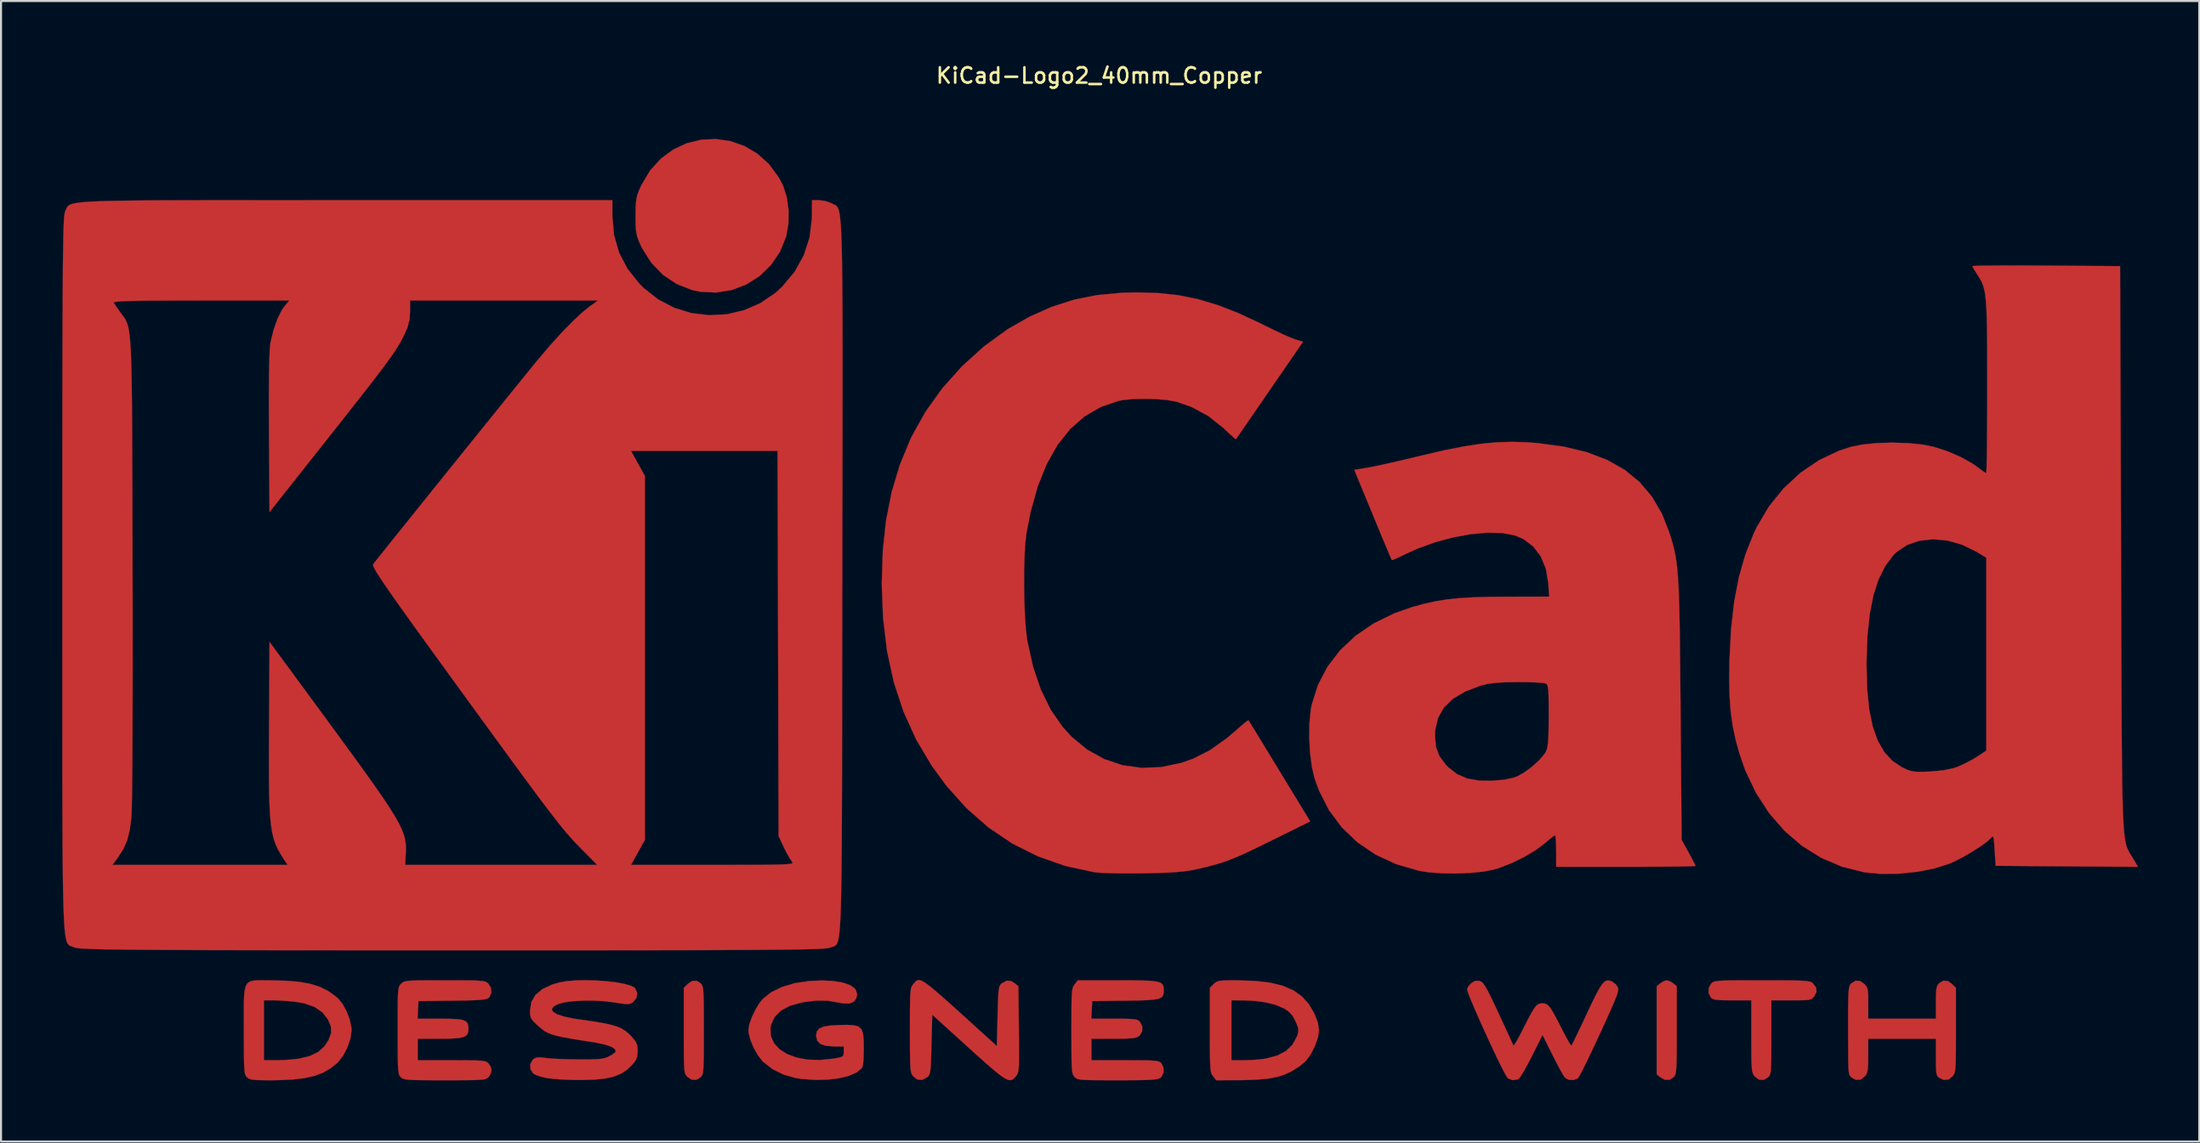
<source format=kicad_pcb>
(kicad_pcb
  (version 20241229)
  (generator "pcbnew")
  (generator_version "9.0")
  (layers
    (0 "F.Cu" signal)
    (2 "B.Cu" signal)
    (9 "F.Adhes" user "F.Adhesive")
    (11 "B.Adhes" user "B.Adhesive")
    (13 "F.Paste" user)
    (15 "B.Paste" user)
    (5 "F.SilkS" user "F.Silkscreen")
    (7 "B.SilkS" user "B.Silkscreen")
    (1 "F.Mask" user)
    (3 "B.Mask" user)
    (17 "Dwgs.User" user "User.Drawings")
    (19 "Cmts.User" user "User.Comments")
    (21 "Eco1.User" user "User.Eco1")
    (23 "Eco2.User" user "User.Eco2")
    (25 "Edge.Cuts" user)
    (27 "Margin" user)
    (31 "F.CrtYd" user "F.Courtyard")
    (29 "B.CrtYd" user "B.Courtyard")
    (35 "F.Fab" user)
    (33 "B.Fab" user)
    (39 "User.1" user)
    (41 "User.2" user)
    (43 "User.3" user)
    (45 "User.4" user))
  (footprint "KiCad-Logo2_40mm_Copper"
    (layer "F.Cu")
    (at 50.806 23.518)
    (property "Reference" "KiCad-Logo2_40mm_Copper" (at 0 -22.86 0) (layer "F.SilkS") (effects (font (size 0.75 0.75) (thickness 0.125))))
    (attr exclude_from_pos_files exclude_from_bom allow_missing_courtyard)
    (fp_poly (pts (xy 27.966 21.545) (xy 28.124 21.644) (xy 28.302 21.788) (xy 28.302 23.935) (xy 28.301 24.563) (xy 28.299 25.057) (xy 28.293 25.436) (xy 28.284 25.717) (xy 28.269 25.917) (xy 28.249 26.054) (xy 28.221 26.146) (xy 28.184 26.209) (xy 28.158 26.24) (xy 27.948 26.377) (xy 27.709 26.371) (xy 27.5 26.255) (xy 27.322 26.11) (xy 27.322 21.788) (xy 27.5 21.644) (xy 27.672 21.539) (xy 27.812 21.5) (xy 27.966 21.545)) (stroke (width 0.01) (type solid)) (fill yes) (layer "F.Cu"))
    (fp_poly (pts (xy -19.521 21.65) (xy -19.477 21.701) (xy -19.443 21.766) (xy -19.417 21.863) (xy -19.398 22.01) (xy -19.385 22.225) (xy -19.377 22.523) (xy -19.372 22.924) (xy -19.371 23.444) (xy -19.37 23.949) (xy -19.371 24.576) (xy -19.373 25.069) (xy -19.378 25.447) (xy -19.387 25.726) (xy -19.401 25.924) (xy -19.421 26.059) (xy -19.449 26.148) (xy -19.486 26.209) (xy -19.521 26.248) (xy -19.741 26.379) (xy -19.976 26.368) (xy -20.186 26.224) (xy -20.235 26.168) (xy -20.272 26.103) (xy -20.301 26.012) (xy -20.321 25.875) (xy -20.335 25.675) (xy -20.344 25.395) (xy -20.348 25.016) (xy -20.35 24.521) (xy -20.35 23.96) (xy -20.35 21.87) (xy -20.165 21.685) (xy -19.937 21.529) (xy -19.716 21.523) (xy -19.521 21.65)) (stroke (width 0.01) (type solid)) (fill yes) (layer "F.Cu"))
    (fp_poly (pts (xy -18.076 -19.651) (xy -17.392 -19.413) (xy -16.756 -19.04) (xy -16.187 -18.531) (xy -15.708 -17.886) (xy -15.493 -17.48) (xy -15.306 -16.911) (xy -15.216 -16.254) (xy -15.226 -15.579) (xy -15.337 -14.968) (xy -15.641 -14.22) (xy -16.081 -13.572) (xy -16.635 -13.035) (xy -17.282 -12.624) (xy -17.998 -12.349) (xy -18.761 -12.225) (xy -19.549 -12.263) (xy -19.938 -12.345) (xy -20.695 -12.64) (xy -21.367 -13.089) (xy -21.938 -13.679) (xy -22.393 -14.397) (xy -22.431 -14.475) (xy -22.564 -14.769) (xy -22.647 -15.017) (xy -22.693 -15.278) (xy -22.711 -15.613) (xy -22.714 -15.977) (xy -22.709 -16.415) (xy -22.686 -16.732) (xy -22.634 -16.987) (xy -22.541 -17.243) (xy -22.426 -17.496) (xy -21.998 -18.213) (xy -21.47 -18.793) (xy -20.864 -19.237) (xy -20.201 -19.545) (xy -19.501 -19.716) (xy -18.786 -19.751) (xy -18.076 -19.651)) (stroke (width 0.01) (type solid)) (fill yes) (layer "F.Cu"))
    (fp_poly (pts (xy 33.136 21.5) (xy 33.662 21.503) (xy 34.07 21.508) (xy 34.376 21.517) (xy 34.599 21.53) (xy 34.753 21.549) (xy 34.856 21.574) (xy 34.924 21.607) (xy 34.957 21.631) (xy 35.128 21.849) (xy 35.149 22.074) (xy 35.043 22.279) (xy 34.974 22.361) (xy 34.9 22.417) (xy 34.792 22.452) (xy 34.622 22.47) (xy 34.363 22.478) (xy 33.986 22.479) (xy 33.911 22.479) (xy 32.937 22.479) (xy 32.937 24.288) (xy 32.936 24.858) (xy 32.934 25.297) (xy 32.927 25.624) (xy 32.915 25.857) (xy 32.896 26.017) (xy 32.869 26.123) (xy 32.833 26.194) (xy 32.786 26.248) (xy 32.566 26.38) (xy 32.337 26.37) (xy 32.129 26.219) (xy 32.113 26.2) (xy 32.064 26.129) (xy 32.026 26.046) (xy 31.998 25.931) (xy 31.979 25.764) (xy 31.967 25.524) (xy 31.96 25.192) (xy 31.958 24.747) (xy 31.957 24.24) (xy 31.957 22.479) (xy 31.027 22.479) (xy 30.628 22.477) (xy 30.351 22.466) (xy 30.17 22.444) (xy 30.056 22.407) (xy 29.981 22.351) (xy 29.972 22.342) (xy 29.862 22.12) (xy 29.872 21.869) (xy 29.998 21.65) (xy 30.046 21.608) (xy 30.109 21.574) (xy 30.202 21.548) (xy 30.343 21.529) (xy 30.548 21.516) (xy 30.834 21.507) (xy 31.217 21.502) (xy 31.714 21.5) (xy 32.343 21.5) (xy 32.477 21.5) (xy 33.136 21.5)) (stroke (width 0.01) (type solid)) (fill yes) (layer "F.Cu"))
    (fp_poly (pts (xy 41.587 21.536) (xy 41.797 21.685) (xy 41.982 21.87) (xy 41.982 23.936) (xy 41.981 24.549) (xy 41.979 25.03) (xy 41.973 25.397) (xy 41.964 25.668) (xy 41.948 25.861) (xy 41.926 25.995) (xy 41.896 26.088) (xy 41.856 26.158) (xy 41.825 26.2) (xy 41.62 26.364) (xy 41.385 26.382) (xy 41.169 26.281) (xy 41.098 26.222) (xy 41.051 26.143) (xy 41.022 26.016) (xy 41.007 25.812) (xy 41.002 25.503) (xy 41.002 25.264) (xy 41.002 24.364) (xy 37.685 24.364) (xy 37.685 25.183) (xy 37.682 25.557) (xy 37.668 25.814) (xy 37.639 25.988) (xy 37.589 26.112) (xy 37.529 26.2) (xy 37.323 26.364) (xy 37.09 26.383) (xy 36.866 26.267) (xy 36.805 26.206) (xy 36.762 26.125) (xy 36.734 25.999) (xy 36.717 25.803) (xy 36.708 25.511) (xy 36.704 25.099) (xy 36.704 25.004) (xy 36.7 24.227) (xy 36.699 23.587) (xy 36.699 23.069) (xy 36.703 22.66) (xy 36.709 22.345) (xy 36.72 22.11) (xy 36.736 21.942) (xy 36.758 21.825) (xy 36.785 21.746) (xy 36.819 21.692) (xy 36.856 21.65) (xy 37.069 21.518) (xy 37.291 21.536) (xy 37.5 21.685) (xy 37.585 21.78) (xy 37.639 21.886) (xy 37.669 22.037) (xy 37.683 22.267) (xy 37.685 22.613) (xy 37.685 22.627) (xy 37.685 23.384) (xy 41.002 23.384) (xy 41.002 22.592) (xy 41.005 22.228) (xy 41.019 21.982) (xy 41.048 21.822) (xy 41.097 21.716) (xy 41.153 21.65) (xy 41.365 21.518) (xy 41.587 21.536)) (stroke (width 0.01) (type solid)) (fill yes) (layer "F.Cu"))
    (fp_poly (pts (xy 6.799 21.501) (xy 7.66 21.53) (xy 8.392 21.618) (xy 9.008 21.771) (xy 9.519 21.994) (xy 9.938 22.291) (xy 10.277 22.669) (xy 10.547 23.133) (xy 10.552 23.144) (xy 10.713 23.559) (xy 10.771 23.926) (xy 10.724 24.296) (xy 10.573 24.718) (xy 10.545 24.782) (xy 10.35 25.158) (xy 10.131 25.448) (xy 9.848 25.695) (xy 9.462 25.94) (xy 9.44 25.953) (xy 9.104 26.114) (xy 8.724 26.235) (xy 8.276 26.319) (xy 7.735 26.37) (xy 7.078 26.393) (xy 6.845 26.395) (xy 5.739 26.399) (xy 5.583 26.2) (xy 5.537 26.135) (xy 5.5 26.059) (xy 5.473 25.953) (xy 5.454 25.8) (xy 5.441 25.581) (xy 5.436 25.419) (xy 6.482 25.419) (xy 7.109 25.419) (xy 7.476 25.408) (xy 7.852 25.38) (xy 8.161 25.34) (xy 8.18 25.337) (xy 8.729 25.189) (xy 9.154 24.968) (xy 9.47 24.663) (xy 9.69 24.263) (xy 9.728 24.157) (xy 9.766 23.992) (xy 9.75 23.829) (xy 9.671 23.612) (xy 9.623 23.505) (xy 9.467 23.222) (xy 9.28 23.023) (xy 9.073 22.885) (xy 8.659 22.704) (xy 8.13 22.574) (xy 7.513 22.499) (xy 7.066 22.482) (xy 6.482 22.479) (xy 6.482 25.419) (xy 5.436 25.419) (xy 5.433 25.278) (xy 5.428 24.873) (xy 5.427 24.347) (xy 5.427 23.936) (xy 5.427 21.87) (xy 5.612 21.685) (xy 5.694 21.61) (xy 5.783 21.558) (xy 5.907 21.526) (xy 6.094 21.509) (xy 6.374 21.502) (xy 6.775 21.501) (xy 6.799 21.501)) (stroke (width 0.01) (type solid)) (fill yes) (layer "F.Cu"))
    (fp_poly (pts (xy -40.87 21.5) (xy -40.606 21.502) (xy -39.834 21.521) (xy -39.187 21.576) (xy -38.643 21.674) (xy -38.181 21.821) (xy -37.779 22.022) (xy -37.413 22.284) (xy -37.283 22.397) (xy -37.067 22.663) (xy -36.871 23.024) (xy -36.721 23.424) (xy -36.639 23.807) (xy -36.63 23.949) (xy -36.684 24.342) (xy -36.827 24.771) (xy -37.035 25.177) (xy -37.281 25.501) (xy -37.321 25.54) (xy -37.66 25.814) (xy -38.031 26.029) (xy -38.455 26.188) (xy -38.954 26.299) (xy -39.55 26.367) (xy -40.264 26.396) (xy -40.59 26.399) (xy -41.006 26.397) (xy -41.298 26.388) (xy -41.494 26.37) (xy -41.622 26.338) (xy -41.709 26.29) (xy -41.755 26.248) (xy -41.799 26.197) (xy -41.834 26.132) (xy -41.86 26.035) (xy -41.879 25.888) (xy -41.892 25.674) (xy -41.9 25.375) (xy -41.904 24.974) (xy -41.906 24.454) (xy -41.906 23.949) (xy -41.908 23.275) (xy -41.908 22.737) (xy -41.901 22.479) (xy -40.926 22.479) (xy -40.926 25.419) (xy -40.305 25.418) (xy -39.93 25.408) (xy -39.539 25.38) (xy -39.212 25.341) (xy -39.202 25.34) (xy -38.673 25.212) (xy -38.263 25.013) (xy -37.952 24.73) (xy -37.753 24.423) (xy -37.631 24.083) (xy -37.641 23.764) (xy -37.783 23.422) (xy -38.06 23.067) (xy -38.444 22.805) (xy -38.943 22.63) (xy -39.276 22.568) (xy -39.655 22.524) (xy -40.056 22.492) (xy -40.397 22.479) (xy -40.418 22.479) (xy -40.926 22.479) (xy -41.901 22.479) (xy -41.897 22.319) (xy -41.869 22.007) (xy -41.814 21.785) (xy -41.726 21.638) (xy -41.595 21.551) (xy -41.414 21.509) (xy -41.175 21.497) (xy -40.87 21.5)) (stroke (width 0.01) (type solid)) (fill yes) (layer "F.Cu"))
    (fp_poly (pts (xy -8.68 21.529) (xy -8.523 21.621) (xy -8.317 21.772) (xy -8.052 21.989) (xy -7.718 22.278) (xy -7.303 22.648) (xy -6.797 23.104) (xy -6.218 23.629) (xy -5.012 24.723) (xy -4.974 23.255) (xy -4.961 22.75) (xy -4.948 22.374) (xy -4.932 22.105) (xy -4.911 21.921) (xy -4.882 21.802) (xy -4.842 21.724) (xy -4.788 21.667) (xy -4.759 21.643) (xy -4.528 21.517) (xy -4.309 21.535) (xy -4.135 21.644) (xy -3.957 21.788) (xy -3.935 23.89) (xy -3.929 24.509) (xy -3.926 24.995) (xy -3.927 25.366) (xy -3.933 25.641) (xy -3.945 25.838) (xy -3.965 25.974) (xy -3.993 26.069) (xy -4.031 26.139) (xy -4.072 26.196) (xy -4.162 26.301) (xy -4.252 26.371) (xy -4.354 26.397) (xy -4.48 26.374) (xy -4.643 26.292) (xy -4.856 26.145) (xy -5.13 25.925) (xy -5.478 25.625) (xy -5.914 25.237) (xy -6.407 24.791) (xy -8.178 23.185) (xy -8.215 24.648) (xy -8.229 25.152) (xy -8.242 25.527) (xy -8.258 25.796) (xy -8.279 25.978) (xy -8.308 26.097) (xy -8.349 26.175) (xy -8.403 26.232) (xy -8.431 26.255) (xy -8.678 26.382) (xy -8.911 26.363) (xy -9.114 26.2) (xy -9.161 26.135) (xy -9.197 26.058) (xy -9.224 25.952) (xy -9.244 25.799) (xy -9.257 25.579) (xy -9.265 25.275) (xy -9.269 24.868) (xy -9.27 24.34) (xy -9.271 23.949) (xy -9.27 23.338) (xy -9.268 22.859) (xy -9.262 22.494) (xy -9.253 22.225) (xy -9.237 22.033) (xy -9.215 21.9) (xy -9.184 21.808) (xy -9.144 21.738) (xy -9.114 21.698) (xy -9.039 21.604) (xy -8.969 21.533) (xy -8.892 21.492) (xy -8.8 21.488) (xy -8.68 21.529)) (stroke (width 0.01) (type solid)) (fill yes) (layer "F.Cu"))
    (fp_poly (pts (xy -13.02 21.536) (xy -12.562 21.613) (xy -12.211 21.733) (xy -11.982 21.89) (xy -11.92 21.979) (xy -11.857 22.188) (xy -11.899 22.376) (xy -12.034 22.555) (xy -12.243 22.639) (xy -12.546 22.632) (xy -12.781 22.587) (xy -13.302 22.5) (xy -13.835 22.492) (xy -14.432 22.562) (xy -14.596 22.592) (xy -15.151 22.748) (xy -15.585 22.981) (xy -15.893 23.286) (xy -16.071 23.659) (xy -16.108 23.852) (xy -16.084 24.243) (xy -15.928 24.59) (xy -15.655 24.884) (xy -15.279 25.12) (xy -14.814 25.29) (xy -14.273 25.389) (xy -13.673 25.408) (xy -13.025 25.342) (xy -12.989 25.336) (xy -12.731 25.288) (xy -12.589 25.241) (xy -12.527 25.173) (xy -12.512 25.058) (xy -12.512 24.997) (xy -12.512 24.741) (xy -12.969 24.741) (xy -13.372 24.713) (xy -13.648 24.625) (xy -13.808 24.468) (xy -13.866 24.236) (xy -13.867 24.206) (xy -13.833 24.007) (xy -13.717 23.865) (xy -13.5 23.772) (xy -13.164 23.717) (xy -12.84 23.697) (xy -12.368 23.685) (xy -12.026 23.703) (xy -11.792 23.768) (xy -11.647 23.898) (xy -11.569 24.113) (xy -11.537 24.429) (xy -11.532 24.845) (xy -11.541 25.308) (xy -11.569 25.624) (xy -11.617 25.792) (xy -11.626 25.805) (xy -11.886 26.016) (xy -12.267 26.183) (xy -12.745 26.302) (xy -13.295 26.37) (xy -13.895 26.384) (xy -14.519 26.34) (xy -14.886 26.286) (xy -15.461 26.123) (xy -15.996 25.857) (xy -16.444 25.511) (xy -16.512 25.442) (xy -16.733 25.151) (xy -16.933 24.791) (xy -17.088 24.414) (xy -17.174 24.071) (xy -17.185 23.94) (xy -17.14 23.665) (xy -17.022 23.323) (xy -16.854 22.964) (xy -16.657 22.635) (xy -16.483 22.416) (xy -16.076 22.09) (xy -15.549 21.83) (xy -14.923 21.643) (xy -14.215 21.534) (xy -13.567 21.507) (xy -13.02 21.536)) (stroke (width 0.01) (type solid)) (fill yes) (layer "F.Cu"))
    (fp_poly (pts (xy 1.538 21.501) (xy 2.048 21.507) (xy 2.438 21.521) (xy 2.726 21.547) (xy 2.926 21.588) (xy 3.054 21.647) (xy 3.126 21.727) (xy 3.158 21.833) (xy 3.166 21.966) (xy 3.166 21.982) (xy 3.159 22.133) (xy 3.127 22.25) (xy 3.053 22.338) (xy 2.92 22.4) (xy 2.71 22.442) (xy 2.405 22.469) (xy 1.989 22.485) (xy 1.444 22.494) (xy 1.277 22.497) (xy -0.339 22.517) (xy -0.362 22.95) (xy -0.384 23.384) (xy 0.738 23.384) (xy 1.177 23.385) (xy 1.49 23.392) (xy 1.703 23.407) (xy 1.841 23.434) (xy 1.93 23.474) (xy 1.995 23.532) (xy 1.995 23.532) (xy 2.112 23.757) (xy 2.108 23.999) (xy 1.985 24.206) (xy 1.961 24.227) (xy 1.874 24.282) (xy 1.756 24.32) (xy 1.579 24.344) (xy 1.318 24.358) (xy 0.946 24.363) (xy 0.708 24.364) (xy -0.377 24.364) (xy -0.377 25.419) (xy 1.27 25.419) (xy 1.813 25.42) (xy 2.226 25.424) (xy 2.528 25.432) (xy 2.739 25.446) (xy 2.879 25.468) (xy 2.968 25.5) (xy 3.026 25.541) (xy 3.041 25.557) (xy 3.149 25.767) (xy 3.157 26.007) (xy 3.068 26.215) (xy 2.998 26.281) (xy 2.925 26.318) (xy 2.812 26.346) (xy 2.641 26.368) (xy 2.395 26.382) (xy 2.055 26.392) (xy 1.603 26.397) (xy 1.022 26.399) (xy 0.891 26.399) (xy 0.3 26.398) (xy -0.159 26.396) (xy -0.504 26.391) (xy -0.753 26.381) (xy -0.927 26.365) (xy -1.042 26.341) (xy -1.118 26.308) (xy -1.173 26.265) (xy -1.203 26.234) (xy -1.248 26.179) (xy -1.284 26.11) (xy -1.311 26.011) (xy -1.33 25.863) (xy -1.343 25.648) (xy -1.351 25.348) (xy -1.355 24.946) (xy -1.356 24.423) (xy -1.357 23.983) (xy -1.356 23.366) (xy -1.354 22.882) (xy -1.349 22.512) (xy -1.339 22.239) (xy -1.324 22.043) (xy -1.302 21.907) (xy -1.273 21.813) (xy -1.234 21.743) (xy -1.2 21.698) (xy -1.044 21.5) (xy 0.893 21.5) (xy 1.538 21.501)) (stroke (width 0.01) (type solid)) (fill yes) (layer "F.Cu"))
    (fp_poly (pts (xy -31.465 21.5) (xy -31.002 21.503) (xy -30.652 21.508) (xy -30.397 21.519) (xy -30.219 21.535) (xy -30.099 21.559) (xy -30.018 21.591) (xy -29.958 21.634) (xy -29.936 21.653) (xy -29.804 21.861) (xy -29.781 22.099) (xy -29.868 22.31) (xy -29.908 22.353) (xy -29.973 22.395) (xy -30.077 22.427) (xy -30.241 22.451) (xy -30.483 22.468) (xy -30.823 22.481) (xy -31.28 22.491) (xy -31.698 22.497) (xy -33.352 22.517) (xy -33.374 22.95) (xy -33.397 23.384) (xy -32.274 23.384) (xy -31.787 23.388) (xy -31.43 23.406) (xy -31.184 23.444) (xy -31.028 23.511) (xy -30.942 23.613) (xy -30.907 23.759) (xy -30.902 23.894) (xy -30.919 24.06) (xy -30.981 24.182) (xy -31.109 24.267) (xy -31.321 24.322) (xy -31.636 24.351) (xy -32.074 24.363) (xy -32.313 24.364) (xy -33.389 24.364) (xy -33.389 25.419) (xy -31.731 25.419) (xy -31.188 25.42) (xy -30.775 25.423) (xy -30.472 25.431) (xy -30.259 25.444) (xy -30.115 25.466) (xy -30.021 25.497) (xy -29.955 25.539) (xy -29.922 25.57) (xy -29.808 25.749) (xy -29.772 25.909) (xy -29.824 26.104) (xy -29.922 26.248) (xy -29.975 26.293) (xy -30.042 26.329) (xy -30.144 26.355) (xy -30.296 26.374) (xy -30.519 26.386) (xy -30.83 26.394) (xy -31.247 26.397) (xy -31.789 26.399) (xy -32.07 26.399) (xy -32.672 26.398) (xy -33.142 26.396) (xy -33.497 26.39) (xy -33.756 26.38) (xy -33.938 26.364) (xy -34.059 26.341) (xy -34.139 26.31) (xy -34.196 26.269) (xy -34.218 26.248) (xy -34.262 26.197) (xy -34.297 26.132) (xy -34.323 26.034) (xy -34.342 25.887) (xy -34.355 25.672) (xy -34.363 25.372) (xy -34.367 24.97) (xy -34.369 24.448) (xy -34.369 23.962) (xy -34.369 23.34) (xy -34.367 22.851) (xy -34.363 22.477) (xy -34.355 22.201) (xy -34.341 22.006) (xy -34.321 21.873) (xy -34.293 21.785) (xy -34.255 21.725) (xy -34.207 21.675) (xy -34.195 21.663) (xy -34.137 21.614) (xy -34.07 21.575) (xy -33.974 21.547) (xy -33.833 21.526) (xy -33.626 21.513) (xy -33.335 21.505) (xy -32.941 21.501) (xy -32.426 21.5) (xy -32.061 21.5) (xy -31.465 21.5)) (stroke (width 0.01) (type solid)) (fill yes) (layer "F.Cu"))
    (fp_poly (pts (xy 25.001 21.513) (xy 25.132 21.559) (xy 25.137 21.562) (xy 25.315 21.697) (xy 25.413 21.837) (xy 25.432 21.902) (xy 25.431 21.989) (xy 25.404 22.113) (xy 25.345 22.289) (xy 25.249 22.532) (xy 25.108 22.859) (xy 24.918 23.284) (xy 24.673 23.823) (xy 24.538 24.118) (xy 24.293 24.644) (xy 24.064 25.127) (xy 23.859 25.551) (xy 23.686 25.897) (xy 23.554 26.148) (xy 23.472 26.285) (xy 23.456 26.304) (xy 23.249 26.388) (xy 23.015 26.377) (xy 22.827 26.275) (xy 22.82 26.267) (xy 22.745 26.154) (xy 22.62 25.933) (xy 22.459 25.634) (xy 22.279 25.285) (xy 22.214 25.156) (xy 21.726 24.177) (xy 21.193 25.241) (xy 21.003 25.608) (xy 20.827 25.927) (xy 20.678 26.172) (xy 20.573 26.32) (xy 20.537 26.351) (xy 20.258 26.394) (xy 20.029 26.304) (xy 19.961 26.209) (xy 19.844 25.997) (xy 19.687 25.689) (xy 19.5 25.307) (xy 19.293 24.87) (xy 19.074 24.4) (xy 18.853 23.918) (xy 18.64 23.444) (xy 18.445 23) (xy 18.276 22.606) (xy 18.144 22.283) (xy 18.059 22.053) (xy 18.028 21.935) (xy 18.029 21.931) (xy 18.102 21.782) (xy 18.25 21.631) (xy 18.258 21.624) (xy 18.44 21.522) (xy 18.607 21.523) (xy 18.67 21.542) (xy 18.747 21.584) (xy 18.828 21.666) (xy 18.924 21.806) (xy 19.044 22.02) (xy 19.198 22.325) (xy 19.396 22.739) (xy 19.574 23.121) (xy 19.779 23.564) (xy 19.963 23.962) (xy 20.116 24.295) (xy 20.229 24.541) (xy 20.291 24.681) (xy 20.3 24.703) (xy 20.341 24.667) (xy 20.436 24.518) (xy 20.571 24.276) (xy 20.734 23.965) (xy 20.799 23.836) (xy 21.019 23.402) (xy 21.189 23.086) (xy 21.322 22.869) (xy 21.433 22.734) (xy 21.535 22.661) (xy 21.643 22.633) (xy 21.713 22.63) (xy 21.837 22.641) (xy 21.945 22.686) (xy 22.053 22.785) (xy 22.175 22.955) (xy 22.325 23.215) (xy 22.518 23.585) (xy 22.625 23.795) (xy 22.798 24.13) (xy 22.948 24.408) (xy 23.064 24.605) (xy 23.131 24.698) (xy 23.14 24.702) (xy 23.183 24.629) (xy 23.279 24.439) (xy 23.419 24.151) (xy 23.594 23.787) (xy 23.792 23.365) (xy 23.89 23.155) (xy 24.144 22.615) (xy 24.349 22.199) (xy 24.515 21.893) (xy 24.652 21.686) (xy 24.772 21.562) (xy 24.885 21.509) (xy 25.001 21.513)) (stroke (width 0.01) (type solid)) (fill yes) (layer "F.Cu"))
    (fp_poly (pts (xy -24.648 21.508) (xy -24.148 21.543) (xy -23.684 21.598) (xy -23.281 21.67) (xy -22.967 21.757) (xy -22.77 21.858) (xy -22.739 21.888) (xy -22.634 22.119) (xy -22.666 22.356) (xy -22.83 22.559) (xy -22.837 22.565) (xy -22.934 22.627) (xy -23.034 22.66) (xy -23.174 22.664) (xy -23.39 22.64) (xy -23.716 22.588) (xy -23.742 22.584) (xy -24.227 22.524) (xy -24.751 22.495) (xy -25.277 22.495) (xy -25.767 22.522) (xy -26.186 22.577) (xy -26.495 22.658) (xy -26.515 22.666) (xy -26.74 22.792) (xy -26.819 22.919) (xy -26.757 23.044) (xy -26.56 23.164) (xy -26.232 23.274) (xy -25.778 23.371) (xy -25.475 23.418) (xy -24.847 23.508) (xy -24.346 23.59) (xy -23.954 23.672) (xy -23.647 23.76) (xy -23.405 23.862) (xy -23.207 23.985) (xy -23.03 24.135) (xy -22.889 24.283) (xy -22.721 24.489) (xy -22.638 24.666) (xy -22.612 24.884) (xy -22.611 24.964) (xy -22.631 25.229) (xy -22.708 25.427) (xy -22.843 25.602) (xy -23.116 25.869) (xy -23.42 26.074) (xy -23.779 26.221) (xy -24.214 26.318) (xy -24.748 26.371) (xy -25.405 26.388) (xy -25.513 26.388) (xy -25.951 26.378) (xy -26.385 26.358) (xy -26.768 26.329) (xy -27.053 26.294) (xy -27.076 26.29) (xy -27.359 26.223) (xy -27.599 26.138) (xy -27.735 26.06) (xy -27.862 25.856) (xy -27.871 25.618) (xy -27.762 25.406) (xy -27.737 25.382) (xy -27.636 25.311) (xy -27.51 25.28) (xy -27.315 25.285) (xy -27.078 25.312) (xy -26.813 25.337) (xy -26.441 25.357) (xy -26.008 25.372) (xy -25.556 25.379) (xy -25.438 25.38) (xy -24.985 25.378) (xy -24.653 25.369) (xy -24.414 25.35) (xy -24.237 25.318) (xy -24.095 25.27) (xy -24.01 25.23) (xy -23.822 25.119) (xy -23.702 25.019) (xy -23.685 24.99) (xy -23.722 24.873) (xy -23.897 24.759) (xy -24.199 24.654) (xy -24.615 24.563) (xy -24.738 24.542) (xy -25.378 24.442) (xy -25.889 24.358) (xy -26.291 24.284) (xy -26.602 24.215) (xy -26.844 24.143) (xy -27.035 24.064) (xy -27.196 23.971) (xy -27.345 23.858) (xy -27.503 23.718) (xy -27.557 23.669) (xy -27.743 23.487) (xy -27.842 23.342) (xy -27.881 23.176) (xy -27.887 22.968) (xy -27.818 22.559) (xy -27.613 22.211) (xy -27.271 21.926) (xy -26.795 21.705) (xy -26.455 21.606) (xy -26.086 21.542) (xy -25.644 21.505) (xy -25.155 21.495) (xy -24.648 21.508)) (stroke (width 0.01) (type solid)) (fill yes) (layer "F.Cu"))
    (fp_poly (pts (xy 2.917 -12.197) (xy 3.899 -12.09) (xy 4.85 -11.898) (xy 5.809 -11.61) (xy 6.815 -11.218) (xy 7.907 -10.711) (xy 8.103 -10.613) (xy 8.554 -10.39) (xy 8.98 -10.19) (xy 9.338 -10.031) (xy 9.586 -9.933) (xy 9.624 -9.92) (xy 9.989 -9.811) (xy 8.354 -7.432) (xy 7.954 -6.85) (xy 7.588 -6.319) (xy 7.27 -5.856) (xy 7.01 -5.479) (xy 6.822 -5.207) (xy 6.718 -5.057) (xy 6.701 -5.033) (xy 6.632 -5.083) (xy 6.463 -5.232) (xy 6.223 -5.454) (xy 6.091 -5.58) (xy 5.343 -6.175) (xy 4.502 -6.627) (xy 3.778 -6.875) (xy 3.343 -6.953) (xy 2.799 -7) (xy 2.209 -7.016) (xy 1.638 -7) (xy 1.148 -6.951) (xy 0.953 -6.914) (xy 0.074 -6.611) (xy -0.719 -6.149) (xy -1.424 -5.528) (xy -2.041 -4.75) (xy -2.569 -3.815) (xy -3.008 -2.723) (xy -3.356 -1.477) (xy -3.564 -0.41) (xy -3.618 0.061) (xy -3.655 0.67) (xy -3.675 1.372) (xy -3.678 2.125) (xy -3.666 2.883) (xy -3.637 3.605) (xy -3.593 4.245) (xy -3.534 4.76) (xy -3.521 4.839) (xy -3.239 6.12) (xy -2.855 7.253) (xy -2.366 8.244) (xy -1.771 9.098) (xy -1.348 9.559) (xy -0.588 10.186) (xy 0.245 10.651) (xy 1.138 10.951) (xy 2.076 11.083) (xy 3.045 11.046) (xy 4.031 10.837) (xy 4.614 10.632) (xy 5.422 10.221) (xy 6.253 9.633) (xy 6.719 9.235) (xy 6.981 9.004) (xy 7.187 8.835) (xy 7.304 8.754) (xy 7.318 8.751) (xy 7.37 8.835) (xy 7.506 9.054) (xy 7.713 9.392) (xy 7.979 9.829) (xy 8.295 10.346) (xy 8.647 10.924) (xy 8.843 11.246) (xy 10.342 13.707) (xy 8.471 14.632) (xy 7.795 14.964) (xy 7.247 15.226) (xy 6.794 15.43) (xy 6.402 15.591) (xy 6.039 15.72) (xy 5.67 15.831) (xy 5.262 15.937) (xy 4.871 16.03) (xy 4.523 16.102) (xy 4.159 16.156) (xy 3.744 16.196) (xy 3.239 16.224) (xy 2.609 16.244) (xy 2.185 16.252) (xy 1.579 16.258) (xy 0.999 16.255) (xy 0.481 16.245) (xy 0.066 16.227) (xy -0.209 16.202) (xy -0.226 16.2) (xy -1.656 15.891) (xy -2.999 15.421) (xy -4.254 14.793) (xy -5.421 14.005) (xy -6.499 13.058) (xy -7.489 11.953) (xy -8.206 10.97) (xy -8.969 9.684) (xy -9.585 8.326) (xy -10.059 6.885) (xy -10.392 5.35) (xy -10.588 3.711) (xy -10.65 2.046) (xy -10.599 0.435) (xy -10.439 -1.051) (xy -10.166 -2.437) (xy -9.774 -3.749) (xy -9.257 -5.012) (xy -9.196 -5.142) (xy -8.516 -6.365) (xy -7.682 -7.529) (xy -6.716 -8.609) (xy -5.643 -9.582) (xy -4.485 -10.424) (xy -3.407 -11.041) (xy -2.317 -11.524) (xy -1.225 -11.875) (xy -0.089 -12.101) (xy 1.135 -12.213) (xy 1.866 -12.23) (xy 2.917 -12.197)) (stroke (width 0.01) (type solid)) (fill yes) (layer "F.Cu"))
    (fp_poly (pts (xy 45.37 -13.548) (xy 46.144 -13.545) (xy 46.407 -13.543) (xy 50.026 -13.519) (xy 50.072 0.364) (xy 50.078 2.247) (xy 50.083 3.956) (xy 50.088 5.501) (xy 50.093 6.891) (xy 50.098 8.133) (xy 50.104 9.238) (xy 50.111 10.214) (xy 50.12 11.07) (xy 50.13 11.814) (xy 50.142 12.456) (xy 50.157 13.005) (xy 50.174 13.468) (xy 50.195 13.855) (xy 50.219 14.176) (xy 50.246 14.438) (xy 50.278 14.651) (xy 50.314 14.823) (xy 50.355 14.963) (xy 50.401 15.08) (xy 50.453 15.184) (xy 50.511 15.282) (xy 50.574 15.384) (xy 50.644 15.498) (xy 50.659 15.522) (xy 50.9 15.934) (xy 43.927 15.886) (xy 43.881 15.12) (xy 43.856 14.753) (xy 43.83 14.54) (xy 43.795 14.456) (xy 43.743 14.473) (xy 43.699 14.522) (xy 43.507 14.699) (xy 43.195 14.926) (xy 42.806 15.177) (xy 42.384 15.424) (xy 41.974 15.64) (xy 41.659 15.782) (xy 40.921 16.015) (xy 40.074 16.181) (xy 39.181 16.272) (xy 38.304 16.282) (xy 37.506 16.205) (xy 37.493 16.203) (xy 36.401 15.929) (xy 35.379 15.492) (xy 34.436 14.903) (xy 33.583 14.169) (xy 32.829 13.301) (xy 32.185 12.308) (xy 31.659 11.2) (xy 31.373 10.378) (xy 31.185 9.691) (xy 31.045 9.026) (xy 30.949 8.342) (xy 30.894 7.599) (xy 30.875 6.757) (xy 30.883 6.069) (xy 37.601 6.069) (xy 37.633 7.222) (xy 37.733 8.215) (xy 37.905 9.055) (xy 38.152 9.752) (xy 38.476 10.314) (xy 38.881 10.75) (xy 39.348 11.058) (xy 39.592 11.173) (xy 39.803 11.242) (xy 40.038 11.274) (xy 40.354 11.276) (xy 40.695 11.264) (xy 41.364 11.205) (xy 41.894 11.089) (xy 42.06 11.031) (xy 42.44 10.86) (xy 42.841 10.645) (xy 43.016 10.538) (xy 43.471 10.239) (xy 43.471 0.776) (xy 42.971 0.476) (xy 42.272 0.136) (xy 41.559 -0.064) (xy 40.856 -0.127) (xy 40.191 -0.054) (xy 39.589 0.154) (xy 39.075 0.496) (xy 38.91 0.66) (xy 38.511 1.197) (xy 38.188 1.848) (xy 37.938 2.623) (xy 37.759 3.534) (xy 37.648 4.591) (xy 37.603 5.807) (xy 37.601 6.069) (xy 30.883 6.069) (xy 30.887 5.783) (xy 30.964 4.284) (xy 31.118 2.932) (xy 31.354 1.708) (xy 31.676 0.59) (xy 32.087 -0.439) (xy 32.234 -0.744) (xy 32.825 -1.739) (xy 33.54 -2.623) (xy 34.361 -3.383) (xy 35.272 -4.002) (xy 36.255 -4.469) (xy 36.845 -4.661) (xy 37.424 -4.775) (xy 38.121 -4.843) (xy 38.877 -4.865) (xy 39.634 -4.84) (xy 40.333 -4.77) (xy 40.895 -4.659) (xy 41.563 -4.442) (xy 42.211 -4.162) (xy 42.777 -3.849) (xy 43.079 -3.636) (xy 43.287 -3.478) (xy 43.433 -3.382) (xy 43.466 -3.368) (xy 43.476 -3.457) (xy 43.486 -3.709) (xy 43.495 -4.108) (xy 43.502 -4.635) (xy 43.508 -5.273) (xy 43.513 -6.005) (xy 43.516 -6.811) (xy 43.517 -7.633) (xy 43.516 -8.685) (xy 43.514 -9.572) (xy 43.507 -10.311) (xy 43.496 -10.919) (xy 43.478 -11.413) (xy 43.452 -11.809) (xy 43.416 -12.125) (xy 43.369 -12.378) (xy 43.308 -12.584) (xy 43.234 -12.762) (xy 43.144 -12.926) (xy 43.036 -13.096) (xy 43.022 -13.117) (xy 42.884 -13.336) (xy 42.8 -13.487) (xy 42.789 -13.518) (xy 42.876 -13.528) (xy 43.127 -13.537) (xy 43.521 -13.543) (xy 44.039 -13.547) (xy 44.662 -13.549) (xy 45.37 -13.548)) (stroke (width 0.01) (type solid)) (fill yes) (layer "F.Cu"))
    (fp_poly (pts (xy 21.003 -4.879) (xy 21.454 -4.845) (xy 22.745 -4.673) (xy 23.888 -4.399) (xy 24.889 -4.019) (xy 25.753 -3.53) (xy 26.486 -2.927) (xy 27.094 -2.207) (xy 27.583 -1.365) (xy 27.939 -0.455) (xy 28.03 -0.165) (xy 28.109 0.107) (xy 28.177 0.375) (xy 28.235 0.654) (xy 28.284 0.958) (xy 28.325 1.303) (xy 28.36 1.702) (xy 28.388 2.171) (xy 28.411 2.723) (xy 28.43 3.374) (xy 28.445 4.139) (xy 28.458 5.031) (xy 28.469 6.066) (xy 28.48 7.259) (xy 28.488 8.194) (xy 28.541 14.612) (xy 28.882 15.229) (xy 29.044 15.527) (xy 29.164 15.758) (xy 29.222 15.881) (xy 29.224 15.89) (xy 29.136 15.899) (xy 28.886 15.908) (xy 28.494 15.916) (xy 27.979 15.922) (xy 27.362 15.927) (xy 26.663 15.931) (xy 25.901 15.932) (xy 25.81 15.932) (xy 22.396 15.932) (xy 22.396 15.158) (xy 22.39 14.808) (xy 22.374 14.541) (xy 22.352 14.398) (xy 22.342 14.384) (xy 22.252 14.44) (xy 22.066 14.586) (xy 21.824 14.791) (xy 21.819 14.795) (xy 21.378 15.124) (xy 20.82 15.454) (xy 20.21 15.752) (xy 19.61 15.988) (xy 19.346 16.068) (xy 18.82 16.17) (xy 18.175 16.235) (xy 17.469 16.263) (xy 16.762 16.251) (xy 16.113 16.2) (xy 15.659 16.126) (xy 14.545 15.799) (xy 13.542 15.333) (xy 12.657 14.733) (xy 11.896 14.006) (xy 11.265 13.158) (xy 10.772 12.193) (xy 10.559 11.608) (xy 10.426 11.039) (xy 10.338 10.356) (xy 10.297 9.622) (xy 10.298 9.515) (xy 16.455 9.515) (xy 16.506 10.06) (xy 16.676 10.513) (xy 16.991 10.934) (xy 17.111 11.057) (xy 17.54 11.391) (xy 18.036 11.604) (xy 18.63 11.708) (xy 19.256 11.715) (xy 19.849 11.665) (xy 20.304 11.567) (xy 20.501 11.493) (xy 20.857 11.292) (xy 21.233 11.009) (xy 21.577 10.691) (xy 21.834 10.386) (xy 21.902 10.274) (xy 21.955 10.117) (xy 21.993 9.868) (xy 22.017 9.502) (xy 22.029 8.996) (xy 22.032 8.514) (xy 22.03 7.952) (xy 22.023 7.546) (xy 22.008 7.269) (xy 21.983 7.094) (xy 21.944 6.996) (xy 21.889 6.947) (xy 21.872 6.939) (xy 21.725 6.915) (xy 21.435 6.895) (xy 21.042 6.882) (xy 20.583 6.876) (xy 20.484 6.876) (xy 19.871 6.886) (xy 19.398 6.915) (xy 19.022 6.967) (xy 18.711 7.044) (xy 17.941 7.335) (xy 17.337 7.693) (xy 16.893 8.124) (xy 16.606 8.633) (xy 16.469 9.227) (xy 16.455 9.515) (xy 10.298 9.515) (xy 10.306 8.899) (xy 10.368 8.252) (xy 10.416 7.991) (xy 10.722 7.02) (xy 11.189 6.127) (xy 11.806 5.32) (xy 12.565 4.607) (xy 13.458 3.998) (xy 14.475 3.501) (xy 15.34 3.199) (xy 15.918 3.04) (xy 16.471 2.917) (xy 17.034 2.825) (xy 17.644 2.761) (xy 18.337 2.72) (xy 19.147 2.698) (xy 19.88 2.692) (xy 22.052 2.686) (xy 22.01 2.033) (xy 21.892 1.324) (xy 21.641 0.715) (xy 21.267 0.221) (xy 20.781 -0.143) (xy 20.354 -0.321) (xy 19.741 -0.433) (xy 19.011 -0.449) (xy 18.199 -0.375) (xy 17.339 -0.217) (xy 16.465 0.019) (xy 15.61 0.327) (xy 14.989 0.609) (xy 14.691 0.754) (xy 14.463 0.855) (xy 14.347 0.895) (xy 14.341 0.893) (xy 14.301 0.805) (xy 14.201 0.571) (xy 14.051 0.213) (xy 13.859 -0.246) (xy 13.636 -0.784) (xy 13.409 -1.332) (xy 12.503 -3.529) (xy 13.148 -3.635) (xy 13.427 -3.688) (xy 13.847 -3.777) (xy 14.372 -3.894) (xy 14.965 -4.032) (xy 15.592 -4.181) (xy 15.841 -4.241) (xy 16.919 -4.491) (xy 17.864 -4.679) (xy 18.709 -4.808) (xy 19.491 -4.881) (xy 20.243 -4.904) (xy 21.003 -4.879)) (stroke (width 0.01) (type solid)) (fill yes) (layer "F.Cu"))
    (fp_poly (pts (xy -39.491 -16.752) (xy -37.737 -16.751) (xy -36.921 -16.751) (xy -23.852 -16.751) (xy -23.852 -15.981) (xy -23.77 -15.043) (xy -23.522 -14.179) (xy -23.106 -13.382) (xy -22.519 -12.648) (xy -22.32 -12.449) (xy -21.606 -11.887) (xy -20.819 -11.476) (xy -19.982 -11.218) (xy -19.118 -11.112) (xy -18.251 -11.157) (xy -17.405 -11.354) (xy -16.602 -11.703) (xy -15.866 -12.202) (xy -15.535 -12.503) (xy -14.919 -13.242) (xy -14.468 -14.054) (xy -14.184 -14.931) (xy -14.073 -15.863) (xy -14.071 -15.955) (xy -14.066 -16.751) (xy -13.715 -16.751) (xy -13.405 -16.709) (xy -13.121 -16.607) (xy -13.102 -16.596) (xy -13.038 -16.563) (xy -12.98 -16.537) (xy -12.926 -16.511) (xy -12.877 -16.477) (xy -12.832 -16.428) (xy -12.792 -16.356) (xy -12.756 -16.254) (xy -12.724 -16.114) (xy -12.696 -15.928) (xy -12.672 -15.689) (xy -12.65 -15.39) (xy -12.632 -15.023) (xy -12.617 -14.58) (xy -12.604 -14.054) (xy -12.594 -13.438) (xy -12.586 -12.723) (xy -12.58 -11.902) (xy -12.576 -10.968) (xy -12.574 -9.913) (xy -12.573 -8.73) (xy -12.573 -7.411) (xy -12.575 -5.948) (xy -12.577 -4.335) (xy -12.579 -2.562) (xy -12.582 -0.624) (xy -12.585 1.488) (xy -12.585 1.745) (xy -12.588 3.871) (xy -12.59 5.822) (xy -12.592 7.606) (xy -12.595 9.23) (xy -12.597 10.703) (xy -12.6 12.031) (xy -12.604 13.223) (xy -12.609 14.285) (xy -12.615 15.225) (xy -12.623 16.051) (xy -12.632 16.77) (xy -12.644 17.391) (xy -12.658 17.919) (xy -12.674 18.364) (xy -12.693 18.732) (xy -12.715 19.031) (xy -12.74 19.268) (xy -12.769 19.452) (xy -12.801 19.589) (xy -12.838 19.688) (xy -12.878 19.755) (xy -12.923 19.798) (xy -12.973 19.825) (xy -13.027 19.844) (xy -13.087 19.861) (xy -13.152 19.885) (xy -13.168 19.892) (xy -13.218 19.908) (xy -13.302 19.923) (xy -13.426 19.937) (xy -13.599 19.949) (xy -13.828 19.961) (xy -14.12 19.971) (xy -14.481 19.98) (xy -14.921 19.988) (xy -15.445 19.995) (xy -16.061 20.001) (xy -16.777 20.007) (xy -17.599 20.011) (xy -18.536 20.015) (xy -19.594 20.019) (xy -20.78 20.021) (xy -22.103 20.023) (xy -23.569 20.025) (xy -25.185 20.026) (xy -26.96 20.026) (xy -28.899 20.027) (xy -31.011 20.027) (xy -31.695 20.027) (xy -33.854 20.026) (xy -35.839 20.026) (xy -37.656 20.025) (xy -39.313 20.024) (xy -40.818 20.022) (xy -42.177 20.02) (xy -43.399 20.018) (xy -44.491 20.014) (xy -45.459 20.011) (xy -46.312 20.006) (xy -47.057 20.001) (xy -47.701 19.995) (xy -48.252 19.988) (xy -48.717 19.981) (xy -49.103 19.972) (xy -49.419 19.962) (xy -49.67 19.951) (xy -49.865 19.94) (xy -50.011 19.926) (xy -50.116 19.912) (xy -50.186 19.896) (xy -50.225 19.882) (xy -50.293 19.853) (xy -50.355 19.832) (xy -50.413 19.811) (xy -50.465 19.782) (xy -50.512 19.738) (xy -50.555 19.672) (xy -50.593 19.576) (xy -50.627 19.442) (xy -50.657 19.262) (xy -50.684 19.031) (xy -50.707 18.739) (xy -50.726 18.379) (xy -50.743 17.944) (xy -50.757 17.426) (xy -50.769 16.818) (xy -50.778 16.112) (xy -50.781 15.841) (xy -48.351 15.841) (xy -39.763 15.841) (xy -39.929 15.591) (xy -40.093 15.333) (xy -40.232 15.088) (xy -40.348 14.838) (xy -40.443 14.567) (xy -40.518 14.255) (xy -40.577 13.888) (xy -40.62 13.447) (xy -40.649 12.916) (xy -40.668 12.277) (xy -40.677 11.513) (xy -40.679 10.607) (xy -40.675 9.542) (xy -40.673 9.146) (xy -40.649 4.907) (xy -37.963 8.563) (xy -37.203 9.601) (xy -36.543 10.504) (xy -35.979 11.285) (xy -35.502 11.956) (xy -35.105 12.529) (xy -34.781 13.015) (xy -34.523 13.428) (xy -34.325 13.778) (xy -34.178 14.078) (xy -34.076 14.34) (xy -34.011 14.575) (xy -33.977 14.796) (xy -33.967 15.014) (xy -33.972 15.242) (xy -33.974 15.271) (xy -34.003 15.841) (xy -29.297 15.841) (xy -24.592 15.841) (xy -25.292 15.135) (xy -25.482 14.942) (xy -25.662 14.754) (xy -25.84 14.561) (xy -26.025 14.353) (xy -26.223 14.118) (xy -26.443 13.848) (xy -26.693 13.53) (xy -26.981 13.156) (xy -27.315 12.715) (xy -27.702 12.195) (xy -28.15 11.588) (xy -28.668 10.883) (xy -29.262 10.068) (xy -29.942 9.135) (xy -30.716 8.072) (xy -31.349 7.2) (xy -32.145 6.104) (xy -32.838 5.147) (xy -33.437 4.317) (xy -33.947 3.608) (xy -34.373 3.008) (xy -34.724 2.51) (xy -35.005 2.104) (xy -35.221 1.781) (xy -35.38 1.532) (xy -35.488 1.348) (xy -35.551 1.22) (xy -35.576 1.139) (xy -35.568 1.096) (xy -35.48 0.982) (xy -35.288 0.74) (xy -35.006 0.386) (xy -34.643 -0.067) (xy -34.213 -0.604) (xy -33.725 -1.211) (xy -33.193 -1.874) (xy -32.627 -2.578) (xy -32.039 -3.309) (xy -31.441 -4.052) (xy -31.111 -4.461) (xy -22.938 -4.461) (xy -22.599 -3.846) (xy -22.259 -3.232) (xy -22.259 14.612) (xy -22.599 15.226) (xy -22.938 15.841) (xy -18.92 15.841) (xy -17.961 15.841) (xy -17.169 15.839) (xy -16.528 15.836) (xy -16.024 15.831) (xy -15.642 15.823) (xy -15.366 15.812) (xy -15.181 15.796) (xy -15.071 15.776) (xy -15.023 15.75) (xy -15.021 15.718) (xy -15.048 15.679) (xy -15.049 15.679) (xy -15.163 15.513) (xy -15.315 15.243) (xy -15.45 14.974) (xy -15.704 14.43) (xy -15.73 4.984) (xy -15.756 -4.461) (xy -22.938 -4.461) (xy -31.111 -4.461) (xy -30.843 -4.794) (xy -30.258 -5.519) (xy -29.698 -6.215) (xy -29.173 -6.865) (xy -28.695 -7.456) (xy -28.276 -7.974) (xy -27.928 -8.403) (xy -27.661 -8.731) (xy -27.505 -8.922) (xy -26.897 -9.636) (xy -26.312 -10.281) (xy -25.77 -10.834) (xy -25.293 -11.276) (xy -24.954 -11.547) (xy -24.553 -11.835) (xy -33.766 -11.835) (xy -33.764 -11.295) (xy -33.789 -10.897) (xy -33.886 -10.529) (xy -34.036 -10.179) (xy -34.133 -9.982) (xy -34.238 -9.786) (xy -34.36 -9.58) (xy -34.508 -9.349) (xy -34.692 -9.081) (xy -34.922 -8.763) (xy -35.206 -8.382) (xy -35.556 -7.924) (xy -35.98 -7.378) (xy -36.488 -6.729) (xy -37.089 -5.966) (xy -37.793 -5.075) (xy -37.872 -4.974) (xy -40.649 -1.463) (xy -40.676 -5.352) (xy -40.681 -6.516) (xy -40.68 -7.503) (xy -40.672 -8.313) (xy -40.658 -8.952) (xy -40.637 -9.421) (xy -40.609 -9.725) (xy -40.599 -9.783) (xy -40.452 -10.39) (xy -40.259 -10.937) (xy -40.038 -11.377) (xy -39.906 -11.563) (xy -39.677 -11.835) (xy -44.015 -11.835) (xy -45.05 -11.834) (xy -45.915 -11.831) (xy -46.623 -11.826) (xy -47.188 -11.818) (xy -47.62 -11.807) (xy -47.934 -11.793) (xy -48.141 -11.775) (xy -48.254 -11.753) (xy -48.286 -11.727) (xy -48.284 -11.721) (xy -48.192 -11.583) (xy -48.039 -11.363) (xy -47.959 -11.251) (xy -47.877 -11.14) (xy -47.803 -11.041) (xy -47.737 -10.944) (xy -47.679 -10.838) (xy -47.627 -10.716) (xy -47.582 -10.566) (xy -47.542 -10.378) (xy -47.509 -10.144) (xy -47.48 -9.854) (xy -47.456 -9.497) (xy -47.436 -9.063) (xy -47.42 -8.544) (xy -47.407 -7.929) (xy -47.396 -7.208) (xy -47.388 -6.372) (xy -47.382 -5.411) (xy -47.377 -4.315) (xy -47.373 -3.075) (xy -47.369 -1.68) (xy -47.365 -0.121) (xy -47.362 1.311) (xy -47.358 2.908) (xy -47.357 4.431) (xy -47.356 5.872) (xy -47.358 7.219) (xy -47.361 8.464) (xy -47.365 9.597) (xy -47.37 10.608) (xy -47.377 11.487) (xy -47.385 12.225) (xy -47.395 12.812) (xy -47.405 13.238) (xy -47.417 13.493) (xy -47.419 13.52) (xy -47.5 14.139) (xy -47.625 14.635) (xy -47.817 15.069) (xy -48.095 15.498) (xy -48.129 15.545) (xy -48.351 15.841) (xy -50.781 15.841) (xy -50.786 15.3) (xy -50.791 14.376) (xy -50.795 13.332) (xy -50.798 12.159) (xy -50.8 10.851) (xy -50.801 9.4) (xy -50.801 7.798) (xy -50.801 6.038) (xy -50.8 4.113) (xy -50.8 2.014) (xy -50.8 1.598) (xy -50.8 -0.523) (xy -50.799 -2.469) (xy -50.799 -4.248) (xy -50.798 -5.867) (xy -50.796 -7.334) (xy -50.794 -8.656) (xy -50.791 -9.841) (xy -50.788 -10.897) (xy -50.784 -11.83) (xy -50.779 -12.648) (xy -50.774 -13.359) (xy -50.768 -13.97) (xy -50.76 -14.488) (xy -50.752 -14.922) (xy -50.743 -15.278) (xy -50.733 -15.564) (xy -50.721 -15.788) (xy -50.708 -15.956) (xy -50.694 -16.077) (xy -50.679 -16.158) (xy -50.663 -16.207) (xy -50.662 -16.208) (xy -50.628 -16.282) (xy -50.599 -16.349) (xy -50.567 -16.409) (xy -50.524 -16.463) (xy -50.46 -16.511) (xy -50.367 -16.553) (xy -50.236 -16.59) (xy -50.057 -16.623) (xy -49.824 -16.65) (xy -49.525 -16.674) (xy -49.154 -16.693) (xy -48.701 -16.709) (xy -48.157 -16.722) (xy -47.514 -16.732) (xy -46.762 -16.739) (xy -45.894 -16.745) (xy -44.9 -16.748) (xy -43.771 -16.75) (xy -42.5 -16.751) (xy -41.076 -16.752) (xy -39.491 -16.752)) (stroke (width 0.01) (type solid)) (fill yes) (layer "F.Cu")))
  (gr_rect
    (start -3 -3)
    (end 104.711 52.922)
    (stroke (width 0.1) (type default))
    (fill no)
    (layer "Edge.Cuts")))
</source>
